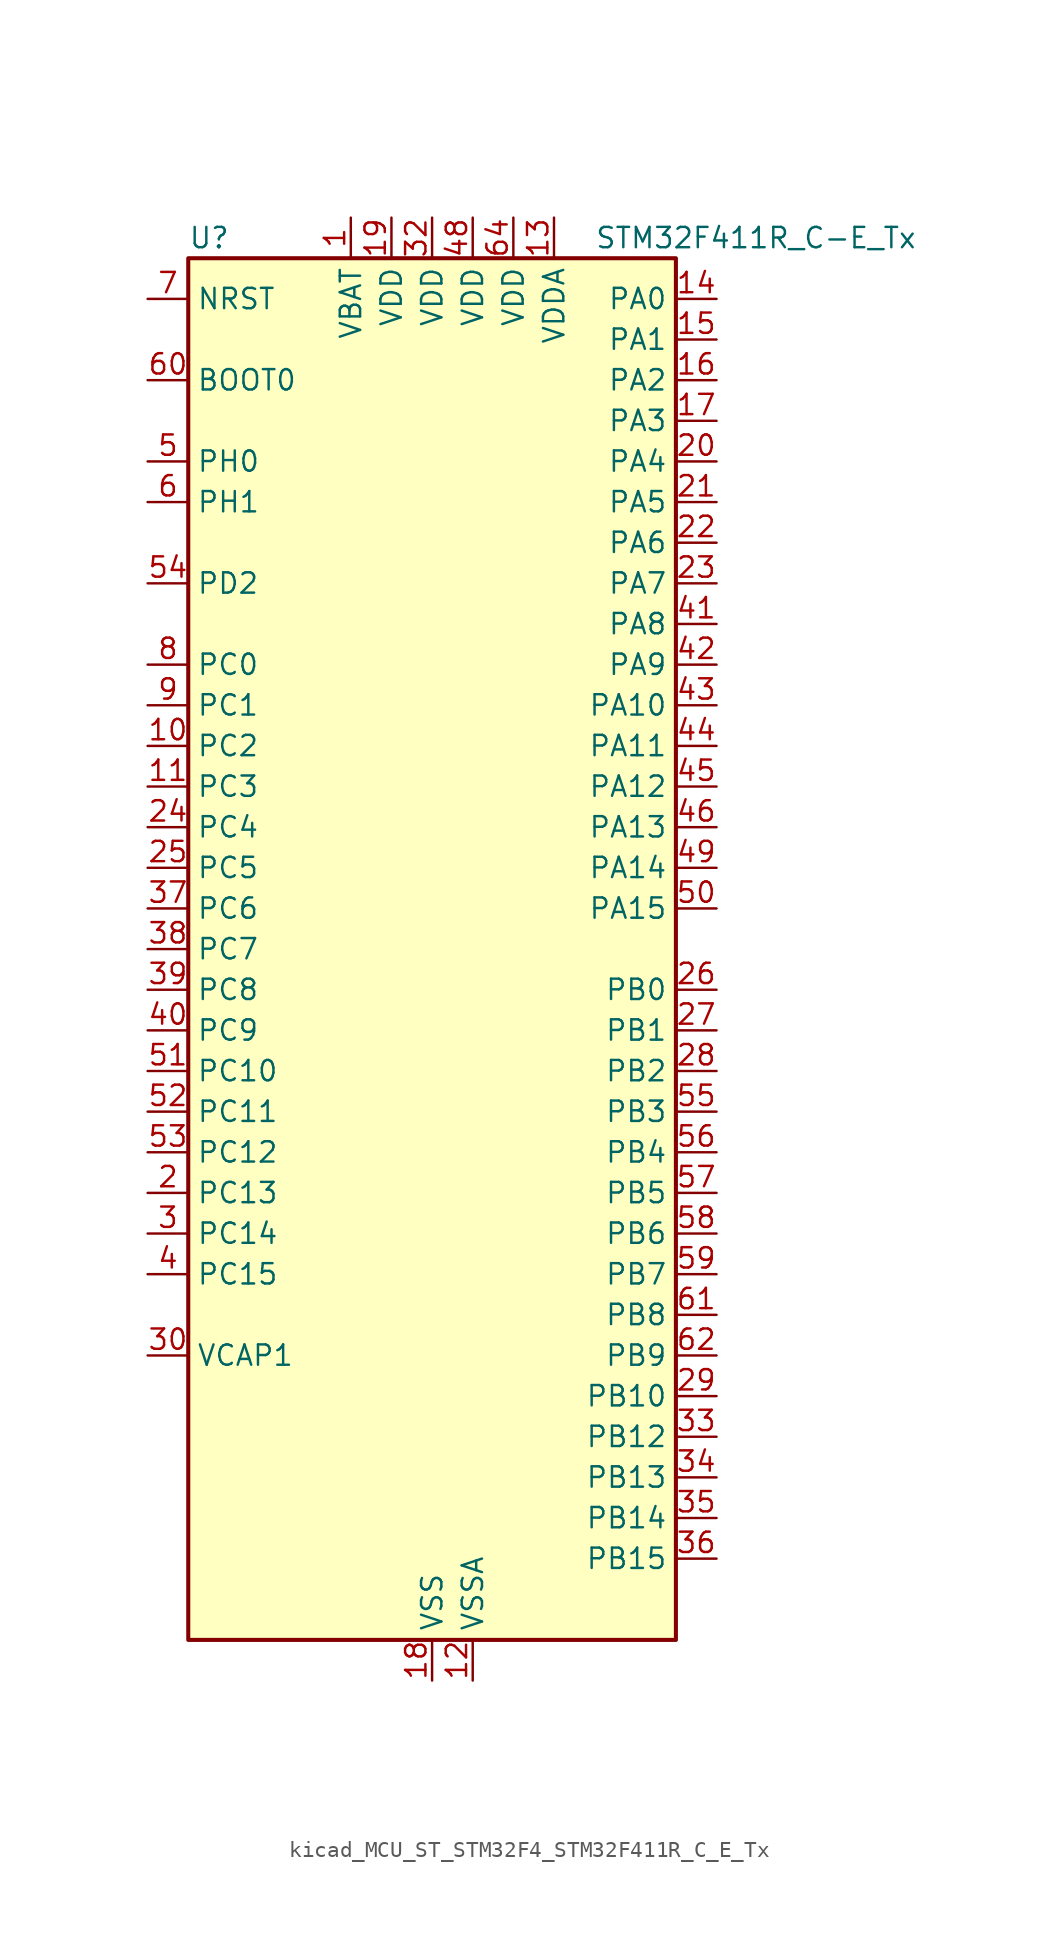
<source format=kicad_sym>
(kicad_symbol_lib
  (version 20220914)
  (generator kicad_symbol_editor)
  (symbol "kicad_MCU_ST_STM32F4_STM32F411R_C_E_Tx"
    (property "Reference" "U"
      (at -15.24 44.45 0)
      (effects (font (size 1.27 1.27)) (justify left)))
    (property "Value" "STM32F411R_C-E_Tx"
      (at 10.16 44.45 0)
      (effects (font (size 1.27 1.27)) (justify left)))
    (property "ki_locked" ""
      (at 0 0 0)
      (effects (font (size 1.27 1.27))))
    (symbol "kicad_MCU_ST_STM32F4_STM32F411R_C_E_Tx_0_1"
      (rectangle (start -15.24 -43.18) (end 15.24 43.18) (stroke (width 0.254) (type default)) (fill (type background))))
    (symbol "kicad_MCU_ST_STM32F4_STM32F411R_C_E_Tx_1_1"
      (pin power_in line (at -5.08 45.72 270) (length 2.54) (name "VBAT" (effects (font (size 1.27 1.27)))) (number "1" (effects (font (size 1.27 1.27)))))
      (pin bidirectional line (at -17.78 12.7 0) (length 2.54) (name "PC2" (effects (font (size 1.27 1.27)))) (number "10" (effects (font (size 1.27 1.27)))) (alternate "ADC1_IN12" bidirectional line) (alternate "I2S2_ext_SD" bidirectional line) (alternate "SPI2_MISO" bidirectional line))
      (pin bidirectional line (at -17.78 10.16 0) (length 2.54) (name "PC3" (effects (font (size 1.27 1.27)))) (number "11" (effects (font (size 1.27 1.27)))) (alternate "ADC1_IN13" bidirectional line) (alternate "I2S2_SD" bidirectional line) (alternate "SPI2_MOSI" bidirectional line))
      (pin power_in line (at 2.54 -45.72 90) (length 2.54) (name "VSSA" (effects (font (size 1.27 1.27)))) (number "12" (effects (font (size 1.27 1.27)))))
      (pin power_in line (at 7.62 45.72 270) (length 2.54) (name "VDDA" (effects (font (size 1.27 1.27)))) (number "13" (effects (font (size 1.27 1.27)))))
      (pin bidirectional line (at 17.78 40.64 180) (length 2.54) (name "PA0" (effects (font (size 1.27 1.27)))) (number "14" (effects (font (size 1.27 1.27)))) (alternate "ADC1_IN0" bidirectional line) (alternate "SYS_WKUP" bidirectional line) (alternate "TIM2_CH1" bidirectional line) (alternate "TIM2_ETR" bidirectional line) (alternate "TIM5_CH1" bidirectional line) (alternate "USART2_CTS" bidirectional line))
      (pin bidirectional line (at 17.78 38.1 180) (length 2.54) (name "PA1" (effects (font (size 1.27 1.27)))) (number "15" (effects (font (size 1.27 1.27)))) (alternate "ADC1_IN1" bidirectional line) (alternate "I2S4_SD" bidirectional line) (alternate "SPI4_MOSI" bidirectional line) (alternate "TIM2_CH2" bidirectional line) (alternate "TIM5_CH2" bidirectional line) (alternate "USART2_RTS" bidirectional line))
      (pin bidirectional line (at 17.78 35.56 180) (length 2.54) (name "PA2" (effects (font (size 1.27 1.27)))) (number "16" (effects (font (size 1.27 1.27)))) (alternate "ADC1_IN2" bidirectional line) (alternate "I2S_CKIN" bidirectional line) (alternate "TIM2_CH3" bidirectional line) (alternate "TIM5_CH3" bidirectional line) (alternate "TIM9_CH1" bidirectional line) (alternate "USART2_TX" bidirectional line))
      (pin bidirectional line (at 17.78 33.02 180) (length 2.54) (name "PA3" (effects (font (size 1.27 1.27)))) (number "17" (effects (font (size 1.27 1.27)))) (alternate "ADC1_IN3" bidirectional line) (alternate "I2S2_MCK" bidirectional line) (alternate "TIM2_CH4" bidirectional line) (alternate "TIM5_CH4" bidirectional line) (alternate "TIM9_CH2" bidirectional line) (alternate "USART2_RX" bidirectional line))
      (pin power_in line (at 0 -45.72 90) (length 2.54) (name "VSS" (effects (font (size 1.27 1.27)))) (number "18" (effects (font (size 1.27 1.27)))))
      (pin power_in line (at -2.54 45.72 270) (length 2.54) (name "VDD" (effects (font (size 1.27 1.27)))) (number "19" (effects (font (size 1.27 1.27)))))
      (pin bidirectional line (at -17.78 -15.24 0) (length 2.54) (name "PC13" (effects (font (size 1.27 1.27)))) (number "2" (effects (font (size 1.27 1.27)))) (alternate "RTC_AF1" bidirectional line))
      (pin bidirectional line (at 17.78 30.48 180) (length 2.54) (name "PA4" (effects (font (size 1.27 1.27)))) (number "20" (effects (font (size 1.27 1.27)))) (alternate "ADC1_IN4" bidirectional line) (alternate "I2S1_WS" bidirectional line) (alternate "I2S3_WS" bidirectional line) (alternate "SPI1_NSS" bidirectional line) (alternate "SPI3_NSS" bidirectional line) (alternate "USART2_CK" bidirectional line))
      (pin bidirectional line (at 17.78 27.94 180) (length 2.54) (name "PA5" (effects (font (size 1.27 1.27)))) (number "21" (effects (font (size 1.27 1.27)))) (alternate "ADC1_IN5" bidirectional line) (alternate "I2S1_CK" bidirectional line) (alternate "SPI1_SCK" bidirectional line) (alternate "TIM2_CH1" bidirectional line) (alternate "TIM2_ETR" bidirectional line))
      (pin bidirectional line (at 17.78 25.4 180) (length 2.54) (name "PA6" (effects (font (size 1.27 1.27)))) (number "22" (effects (font (size 1.27 1.27)))) (alternate "ADC1_IN6" bidirectional line) (alternate "I2S2_MCK" bidirectional line) (alternate "SDIO_CMD" bidirectional line) (alternate "SPI1_MISO" bidirectional line) (alternate "TIM1_BKIN" bidirectional line) (alternate "TIM3_CH1" bidirectional line))
      (pin bidirectional line (at 17.78 22.86 180) (length 2.54) (name "PA7" (effects (font (size 1.27 1.27)))) (number "23" (effects (font (size 1.27 1.27)))) (alternate "ADC1_IN7" bidirectional line) (alternate "I2S1_SD" bidirectional line) (alternate "SPI1_MOSI" bidirectional line) (alternate "TIM1_CH1N" bidirectional line) (alternate "TIM3_CH2" bidirectional line))
      (pin bidirectional line (at -17.78 7.62 0) (length 2.54) (name "PC4" (effects (font (size 1.27 1.27)))) (number "24" (effects (font (size 1.27 1.27)))) (alternate "ADC1_IN14" bidirectional line))
      (pin bidirectional line (at -17.78 5.08 0) (length 2.54) (name "PC5" (effects (font (size 1.27 1.27)))) (number "25" (effects (font (size 1.27 1.27)))) (alternate "ADC1_IN15" bidirectional line))
      (pin bidirectional line (at 17.78 -2.54 180) (length 2.54) (name "PB0" (effects (font (size 1.27 1.27)))) (number "26" (effects (font (size 1.27 1.27)))) (alternate "ADC1_IN8" bidirectional line) (alternate "I2S5_CK" bidirectional line) (alternate "SPI5_SCK" bidirectional line) (alternate "TIM1_CH2N" bidirectional line) (alternate "TIM3_CH3" bidirectional line))
      (pin bidirectional line (at 17.78 -5.08 180) (length 2.54) (name "PB1" (effects (font (size 1.27 1.27)))) (number "27" (effects (font (size 1.27 1.27)))) (alternate "ADC1_IN9" bidirectional line) (alternate "I2S5_WS" bidirectional line) (alternate "SPI5_NSS" bidirectional line) (alternate "TIM1_CH3N" bidirectional line) (alternate "TIM3_CH4" bidirectional line))
      (pin bidirectional line (at 17.78 -7.62 180) (length 2.54) (name "PB2" (effects (font (size 1.27 1.27)))) (number "28" (effects (font (size 1.27 1.27)))))
      (pin bidirectional line (at 17.78 -27.94 180) (length 2.54) (name "PB10" (effects (font (size 1.27 1.27)))) (number "29" (effects (font (size 1.27 1.27)))) (alternate "I2C2_SCL" bidirectional line) (alternate "I2S2_CK" bidirectional line) (alternate "I2S3_MCK" bidirectional line) (alternate "SDIO_D7" bidirectional line) (alternate "SPI2_SCK" bidirectional line) (alternate "TIM2_CH3" bidirectional line))
      (pin bidirectional line (at -17.78 -17.78 0) (length 2.54) (name "PC14" (effects (font (size 1.27 1.27)))) (number "3" (effects (font (size 1.27 1.27)))) (alternate "RCC_OSC32_IN" bidirectional line))
      (pin power_out line (at -17.78 -25.4 0) (length 2.54) (name "VCAP1" (effects (font (size 1.27 1.27)))) (number "30" (effects (font (size 1.27 1.27)))))
      (pin passive line (at 0 -45.72 90) (length 2.54) hide (name "VSS" (effects (font (size 1.27 1.27)))) (number "31" (effects (font (size 1.27 1.27)))))
      (pin power_in line (at 0 45.72 270) (length 2.54) (name "VDD" (effects (font (size 1.27 1.27)))) (number "32" (effects (font (size 1.27 1.27)))))
      (pin bidirectional line (at 17.78 -30.48 180) (length 2.54) (name "PB12" (effects (font (size 1.27 1.27)))) (number "33" (effects (font (size 1.27 1.27)))) (alternate "I2C2_SMBA" bidirectional line) (alternate "I2S2_WS" bidirectional line) (alternate "I2S3_CK" bidirectional line) (alternate "I2S4_WS" bidirectional line) (alternate "SPI2_NSS" bidirectional line) (alternate "SPI3_SCK" bidirectional line) (alternate "SPI4_NSS" bidirectional line) (alternate "TIM1_BKIN" bidirectional line))
      (pin bidirectional line (at 17.78 -33.02 180) (length 2.54) (name "PB13" (effects (font (size 1.27 1.27)))) (number "34" (effects (font (size 1.27 1.27)))) (alternate "I2S2_CK" bidirectional line) (alternate "I2S4_CK" bidirectional line) (alternate "SPI2_SCK" bidirectional line) (alternate "SPI4_SCK" bidirectional line) (alternate "TIM1_CH1N" bidirectional line))
      (pin bidirectional line (at 17.78 -35.56 180) (length 2.54) (name "PB14" (effects (font (size 1.27 1.27)))) (number "35" (effects (font (size 1.27 1.27)))) (alternate "I2S2_ext_SD" bidirectional line) (alternate "SDIO_D6" bidirectional line) (alternate "SPI2_MISO" bidirectional line) (alternate "TIM1_CH2N" bidirectional line))
      (pin bidirectional line (at 17.78 -38.1 180) (length 2.54) (name "PB15" (effects (font (size 1.27 1.27)))) (number "36" (effects (font (size 1.27 1.27)))) (alternate "ADC1_EXTI15" bidirectional line) (alternate "I2S2_SD" bidirectional line) (alternate "RTC_REFIN" bidirectional line) (alternate "SDIO_CK" bidirectional line) (alternate "SPI2_MOSI" bidirectional line) (alternate "TIM1_CH3N" bidirectional line))
      (pin bidirectional line (at -17.78 2.54 0) (length 2.54) (name "PC6" (effects (font (size 1.27 1.27)))) (number "37" (effects (font (size 1.27 1.27)))) (alternate "I2S2_MCK" bidirectional line) (alternate "SDIO_D6" bidirectional line) (alternate "TIM3_CH1" bidirectional line) (alternate "USART6_TX" bidirectional line))
      (pin bidirectional line (at -17.78 0 0) (length 2.54) (name "PC7" (effects (font (size 1.27 1.27)))) (number "38" (effects (font (size 1.27 1.27)))) (alternate "I2S2_CK" bidirectional line) (alternate "I2S3_MCK" bidirectional line) (alternate "SDIO_D7" bidirectional line) (alternate "SPI2_SCK" bidirectional line) (alternate "TIM3_CH2" bidirectional line) (alternate "USART6_RX" bidirectional line))
      (pin bidirectional line (at -17.78 -2.54 0) (length 2.54) (name "PC8" (effects (font (size 1.27 1.27)))) (number "39" (effects (font (size 1.27 1.27)))) (alternate "SDIO_D0" bidirectional line) (alternate "TIM3_CH3" bidirectional line) (alternate "USART6_CK" bidirectional line))
      (pin bidirectional line (at -17.78 -20.32 0) (length 2.54) (name "PC15" (effects (font (size 1.27 1.27)))) (number "4" (effects (font (size 1.27 1.27)))) (alternate "ADC1_EXTI15" bidirectional line) (alternate "RCC_OSC32_OUT" bidirectional line))
      (pin bidirectional line (at -17.78 -5.08 0) (length 2.54) (name "PC9" (effects (font (size 1.27 1.27)))) (number "40" (effects (font (size 1.27 1.27)))) (alternate "I2C3_SDA" bidirectional line) (alternate "I2S_CKIN" bidirectional line) (alternate "RCC_MCO_2" bidirectional line) (alternate "SDIO_D1" bidirectional line) (alternate "TIM3_CH4" bidirectional line))
      (pin bidirectional line (at 17.78 20.32 180) (length 2.54) (name "PA8" (effects (font (size 1.27 1.27)))) (number "41" (effects (font (size 1.27 1.27)))) (alternate "I2C3_SCL" bidirectional line) (alternate "RCC_MCO_1" bidirectional line) (alternate "SDIO_D1" bidirectional line) (alternate "TIM1_CH1" bidirectional line) (alternate "USART1_CK" bidirectional line) (alternate "USB_OTG_FS_SOF" bidirectional line))
      (pin bidirectional line (at 17.78 17.78 180) (length 2.54) (name "PA9" (effects (font (size 1.27 1.27)))) (number "42" (effects (font (size 1.27 1.27)))) (alternate "I2C3_SMBA" bidirectional line) (alternate "SDIO_D2" bidirectional line) (alternate "TIM1_CH2" bidirectional line) (alternate "USART1_TX" bidirectional line) (alternate "USB_OTG_FS_VBUS" bidirectional line))
      (pin bidirectional line (at 17.78 15.24 180) (length 2.54) (name "PA10" (effects (font (size 1.27 1.27)))) (number "43" (effects (font (size 1.27 1.27)))) (alternate "I2S5_SD" bidirectional line) (alternate "SPI5_MOSI" bidirectional line) (alternate "TIM1_CH3" bidirectional line) (alternate "USART1_RX" bidirectional line) (alternate "USB_OTG_FS_ID" bidirectional line))
      (pin bidirectional line (at 17.78 12.7 180) (length 2.54) (name "PA11" (effects (font (size 1.27 1.27)))) (number "44" (effects (font (size 1.27 1.27)))) (alternate "ADC1_EXTI11" bidirectional line) (alternate "SPI4_MISO" bidirectional line) (alternate "TIM1_CH4" bidirectional line) (alternate "USART1_CTS" bidirectional line) (alternate "USART6_TX" bidirectional line) (alternate "USB_OTG_FS_DM" bidirectional line))
      (pin bidirectional line (at 17.78 10.16 180) (length 2.54) (name "PA12" (effects (font (size 1.27 1.27)))) (number "45" (effects (font (size 1.27 1.27)))) (alternate "SPI5_MISO" bidirectional line) (alternate "TIM1_ETR" bidirectional line) (alternate "USART1_RTS" bidirectional line) (alternate "USART6_RX" bidirectional line) (alternate "USB_OTG_FS_DP" bidirectional line))
      (pin bidirectional line (at 17.78 7.62 180) (length 2.54) (name "PA13" (effects (font (size 1.27 1.27)))) (number "46" (effects (font (size 1.27 1.27)))) (alternate "SYS_JTMS-SWDIO" bidirectional line))
      (pin passive line (at 0 -45.72 90) (length 2.54) hide (name "VSS" (effects (font (size 1.27 1.27)))) (number "47" (effects (font (size 1.27 1.27)))))
      (pin power_in line (at 2.54 45.72 270) (length 2.54) (name "VDD" (effects (font (size 1.27 1.27)))) (number "48" (effects (font (size 1.27 1.27)))))
      (pin bidirectional line (at 17.78 5.08 180) (length 2.54) (name "PA14" (effects (font (size 1.27 1.27)))) (number "49" (effects (font (size 1.27 1.27)))) (alternate "SYS_JTCK-SWCLK" bidirectional line))
      (pin bidirectional line (at -17.78 30.48 0) (length 2.54) (name "PH0" (effects (font (size 1.27 1.27)))) (number "5" (effects (font (size 1.27 1.27)))) (alternate "RCC_OSC_IN" bidirectional line))
      (pin bidirectional line (at 17.78 2.54 180) (length 2.54) (name "PA15" (effects (font (size 1.27 1.27)))) (number "50" (effects (font (size 1.27 1.27)))) (alternate "ADC1_EXTI15" bidirectional line) (alternate "I2S1_WS" bidirectional line) (alternate "I2S3_WS" bidirectional line) (alternate "SPI1_NSS" bidirectional line) (alternate "SPI3_NSS" bidirectional line) (alternate "SYS_JTDI" bidirectional line) (alternate "TIM2_CH1" bidirectional line) (alternate "TIM2_ETR" bidirectional line) (alternate "USART1_TX" bidirectional line))
      (pin bidirectional line (at -17.78 -7.62 0) (length 2.54) (name "PC10" (effects (font (size 1.27 1.27)))) (number "51" (effects (font (size 1.27 1.27)))) (alternate "I2S3_CK" bidirectional line) (alternate "SDIO_D2" bidirectional line) (alternate "SPI3_SCK" bidirectional line))
      (pin bidirectional line (at -17.78 -10.16 0) (length 2.54) (name "PC11" (effects (font (size 1.27 1.27)))) (number "52" (effects (font (size 1.27 1.27)))) (alternate "ADC1_EXTI11" bidirectional line) (alternate "I2S3_ext_SD" bidirectional line) (alternate "SDIO_D3" bidirectional line) (alternate "SPI3_MISO" bidirectional line))
      (pin bidirectional line (at -17.78 -12.7 0) (length 2.54) (name "PC12" (effects (font (size 1.27 1.27)))) (number "53" (effects (font (size 1.27 1.27)))) (alternate "I2S3_SD" bidirectional line) (alternate "SDIO_CK" bidirectional line) (alternate "SPI3_MOSI" bidirectional line))
      (pin bidirectional line (at -17.78 22.86 0) (length 2.54) (name "PD2" (effects (font (size 1.27 1.27)))) (number "54" (effects (font (size 1.27 1.27)))) (alternate "SDIO_CMD" bidirectional line) (alternate "TIM3_ETR" bidirectional line))
      (pin bidirectional line (at 17.78 -10.16 180) (length 2.54) (name "PB3" (effects (font (size 1.27 1.27)))) (number "55" (effects (font (size 1.27 1.27)))) (alternate "I2C2_SDA" bidirectional line) (alternate "I2S1_CK" bidirectional line) (alternate "I2S3_CK" bidirectional line) (alternate "SPI1_SCK" bidirectional line) (alternate "SPI3_SCK" bidirectional line) (alternate "SYS_JTDO-SWO" bidirectional line) (alternate "TIM2_CH2" bidirectional line) (alternate "USART1_RX" bidirectional line))
      (pin bidirectional line (at 17.78 -12.7 180) (length 2.54) (name "PB4" (effects (font (size 1.27 1.27)))) (number "56" (effects (font (size 1.27 1.27)))) (alternate "I2C3_SDA" bidirectional line) (alternate "I2S3_ext_SD" bidirectional line) (alternate "SDIO_D0" bidirectional line) (alternate "SPI1_MISO" bidirectional line) (alternate "SPI3_MISO" bidirectional line) (alternate "SYS_JTRST" bidirectional line) (alternate "TIM3_CH1" bidirectional line))
      (pin bidirectional line (at 17.78 -15.24 180) (length 2.54) (name "PB5" (effects (font (size 1.27 1.27)))) (number "57" (effects (font (size 1.27 1.27)))) (alternate "I2C1_SMBA" bidirectional line) (alternate "I2S1_SD" bidirectional line) (alternate "I2S3_SD" bidirectional line) (alternate "SDIO_D3" bidirectional line) (alternate "SPI1_MOSI" bidirectional line) (alternate "SPI3_MOSI" bidirectional line) (alternate "TIM3_CH2" bidirectional line))
      (pin bidirectional line (at 17.78 -17.78 180) (length 2.54) (name "PB6" (effects (font (size 1.27 1.27)))) (number "58" (effects (font (size 1.27 1.27)))) (alternate "I2C1_SCL" bidirectional line) (alternate "TIM4_CH1" bidirectional line) (alternate "USART1_TX" bidirectional line))
      (pin bidirectional line (at 17.78 -20.32 180) (length 2.54) (name "PB7" (effects (font (size 1.27 1.27)))) (number "59" (effects (font (size 1.27 1.27)))) (alternate "I2C1_SDA" bidirectional line) (alternate "SDIO_D0" bidirectional line) (alternate "TIM4_CH2" bidirectional line) (alternate "USART1_RX" bidirectional line))
      (pin bidirectional line (at -17.78 27.94 0) (length 2.54) (name "PH1" (effects (font (size 1.27 1.27)))) (number "6" (effects (font (size 1.27 1.27)))) (alternate "RCC_OSC_OUT" bidirectional line))
      (pin input line (at -17.78 35.56 0) (length 2.54) (name "BOOT0" (effects (font (size 1.27 1.27)))) (number "60" (effects (font (size 1.27 1.27)))))
      (pin bidirectional line (at 17.78 -22.86 180) (length 2.54) (name "PB8" (effects (font (size 1.27 1.27)))) (number "61" (effects (font (size 1.27 1.27)))) (alternate "I2C1_SCL" bidirectional line) (alternate "I2C3_SDA" bidirectional line) (alternate "I2S5_SD" bidirectional line) (alternate "SDIO_D4" bidirectional line) (alternate "SPI5_MOSI" bidirectional line) (alternate "TIM10_CH1" bidirectional line) (alternate "TIM4_CH3" bidirectional line))
      (pin bidirectional line (at 17.78 -25.4 180) (length 2.54) (name "PB9" (effects (font (size 1.27 1.27)))) (number "62" (effects (font (size 1.27 1.27)))) (alternate "I2C1_SDA" bidirectional line) (alternate "I2C2_SDA" bidirectional line) (alternate "I2S2_WS" bidirectional line) (alternate "SDIO_D5" bidirectional line) (alternate "SPI2_NSS" bidirectional line) (alternate "TIM11_CH1" bidirectional line) (alternate "TIM4_CH4" bidirectional line))
      (pin passive line (at 0 -45.72 90) (length 2.54) hide (name "VSS" (effects (font (size 1.27 1.27)))) (number "63" (effects (font (size 1.27 1.27)))))
      (pin power_in line (at 5.08 45.72 270) (length 2.54) (name "VDD" (effects (font (size 1.27 1.27)))) (number "64" (effects (font (size 1.27 1.27)))))
      (pin input line (at -17.78 40.64 0) (length 2.54) (name "NRST" (effects (font (size 1.27 1.27)))) (number "7" (effects (font (size 1.27 1.27)))))
      (pin bidirectional line (at -17.78 17.78 0) (length 2.54) (name "PC0" (effects (font (size 1.27 1.27)))) (number "8" (effects (font (size 1.27 1.27)))) (alternate "ADC1_IN10" bidirectional line))
      (pin bidirectional line (at -17.78 15.24 0) (length 2.54) (name "PC1" (effects (font (size 1.27 1.27)))) (number "9" (effects (font (size 1.27 1.27)))) (alternate "ADC1_IN11" bidirectional line)))))
</source>
